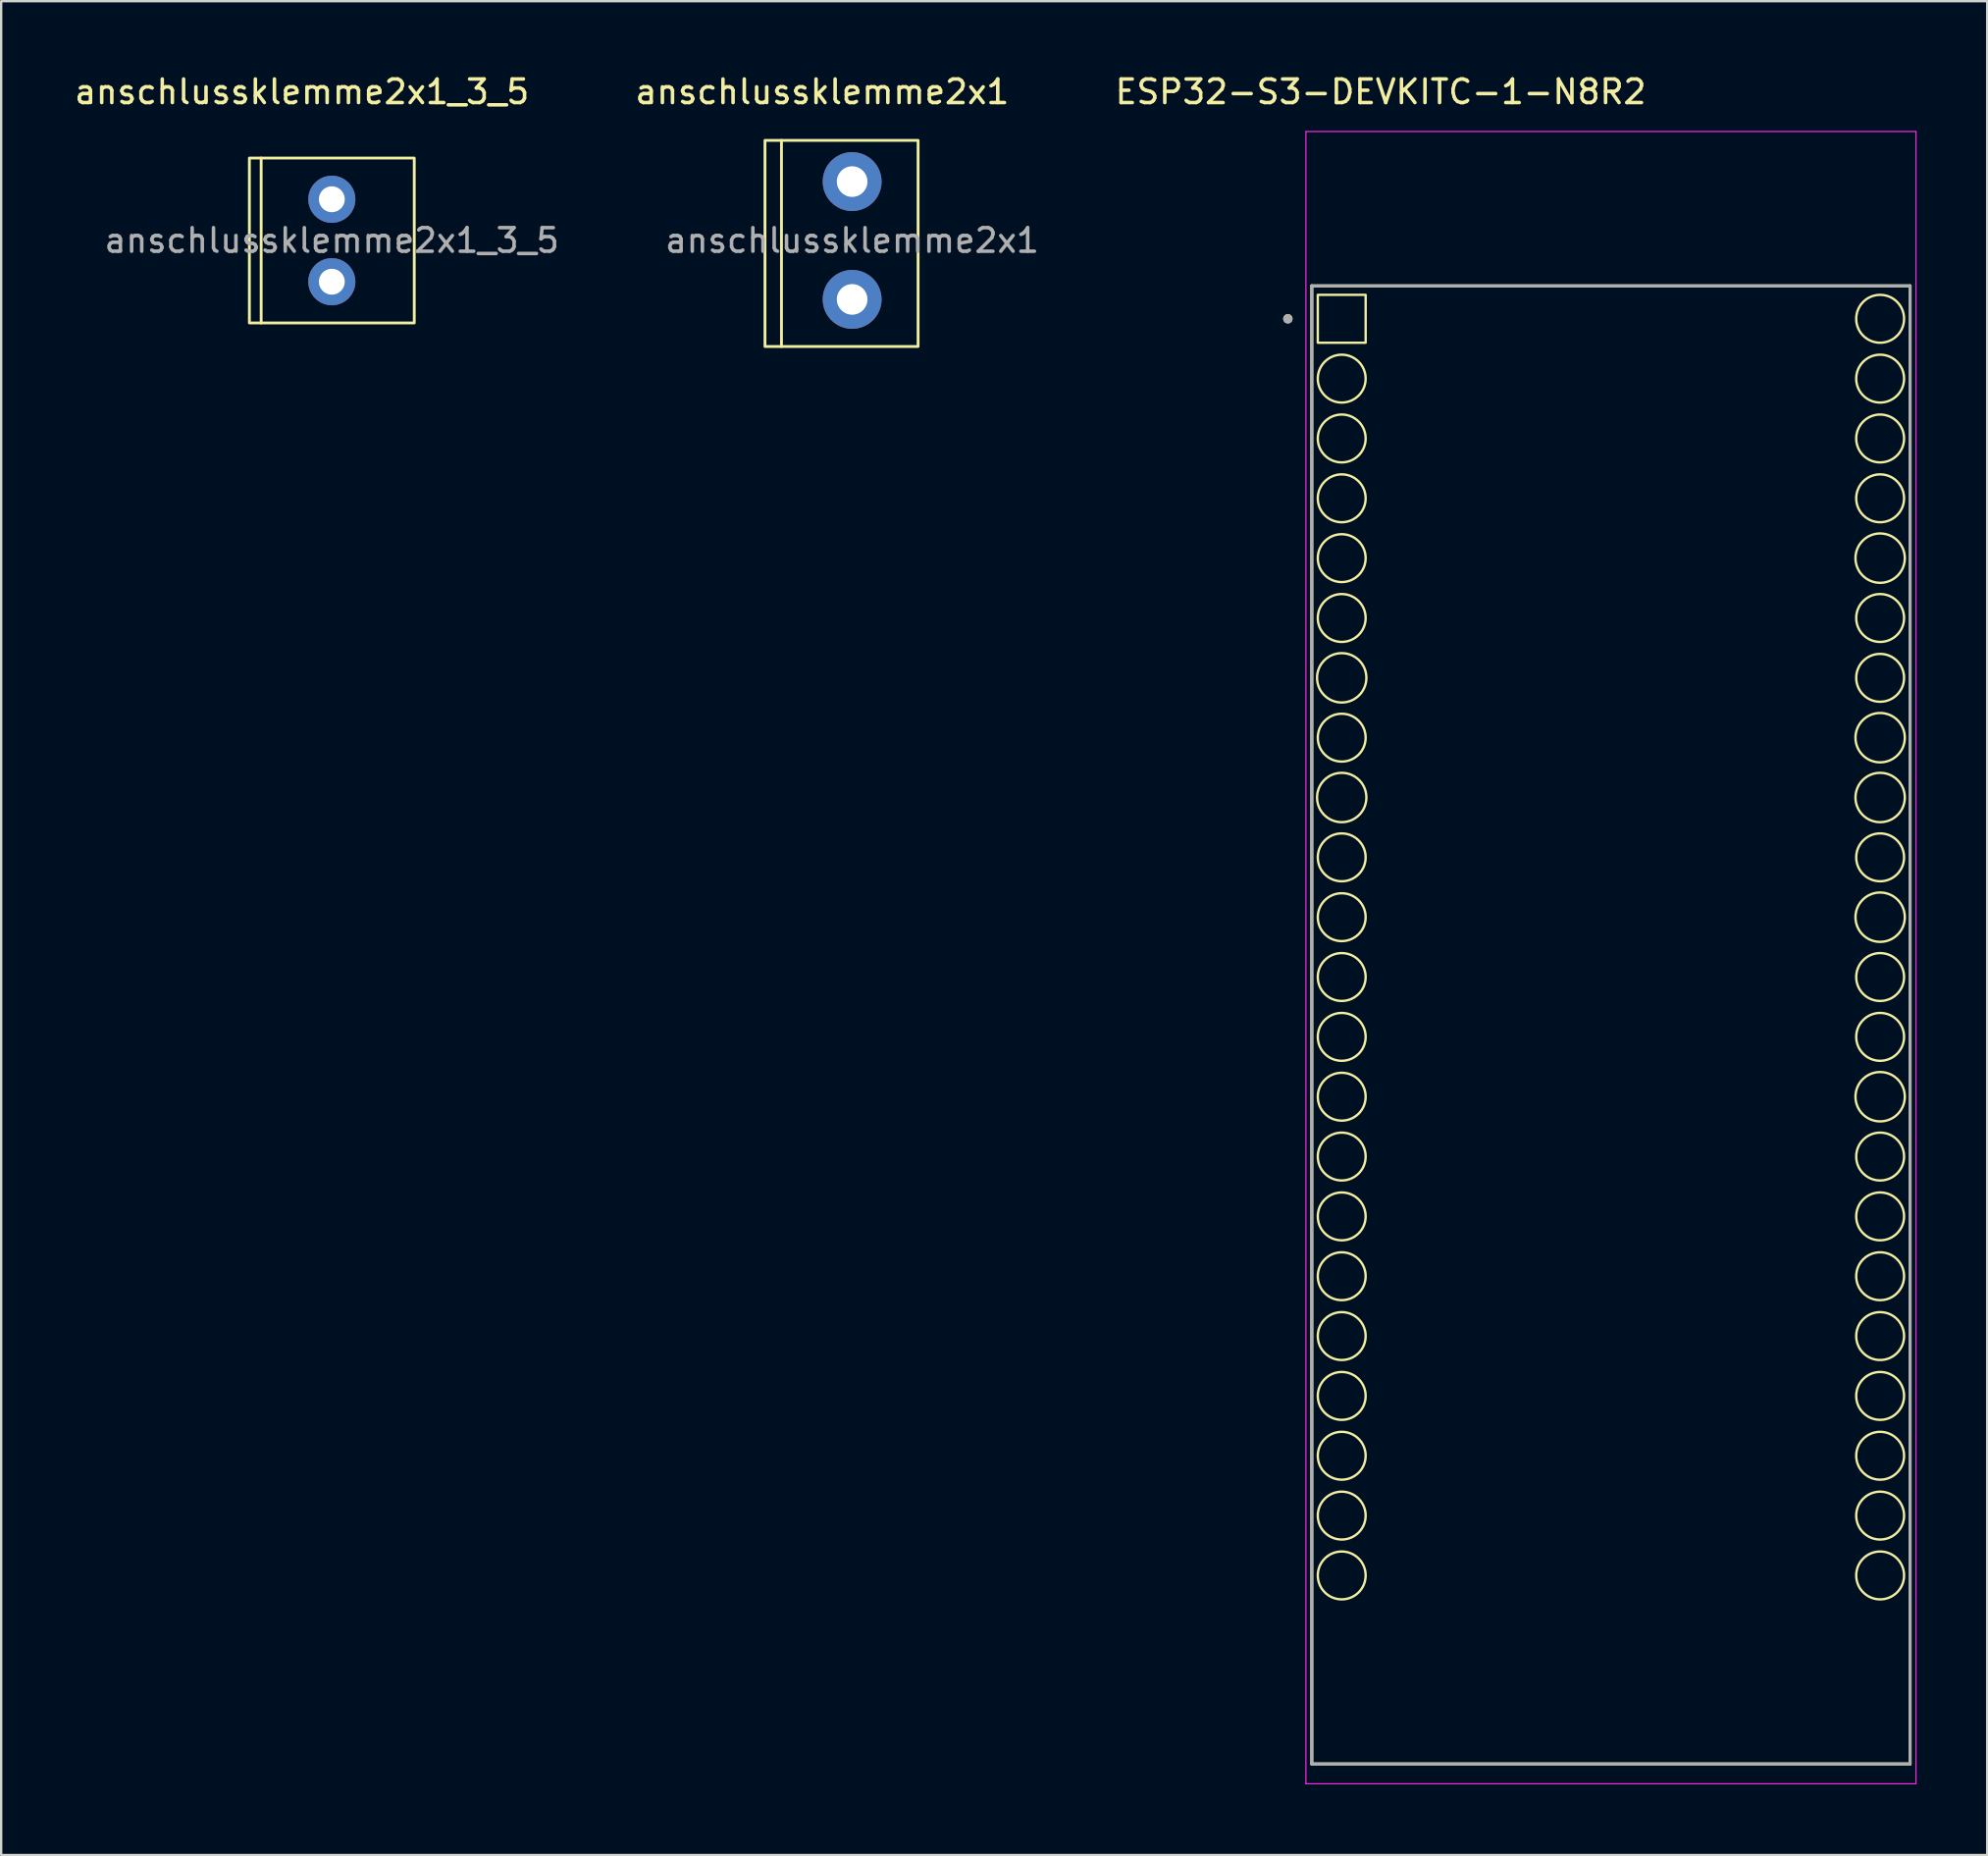
<source format=kicad_pcb>
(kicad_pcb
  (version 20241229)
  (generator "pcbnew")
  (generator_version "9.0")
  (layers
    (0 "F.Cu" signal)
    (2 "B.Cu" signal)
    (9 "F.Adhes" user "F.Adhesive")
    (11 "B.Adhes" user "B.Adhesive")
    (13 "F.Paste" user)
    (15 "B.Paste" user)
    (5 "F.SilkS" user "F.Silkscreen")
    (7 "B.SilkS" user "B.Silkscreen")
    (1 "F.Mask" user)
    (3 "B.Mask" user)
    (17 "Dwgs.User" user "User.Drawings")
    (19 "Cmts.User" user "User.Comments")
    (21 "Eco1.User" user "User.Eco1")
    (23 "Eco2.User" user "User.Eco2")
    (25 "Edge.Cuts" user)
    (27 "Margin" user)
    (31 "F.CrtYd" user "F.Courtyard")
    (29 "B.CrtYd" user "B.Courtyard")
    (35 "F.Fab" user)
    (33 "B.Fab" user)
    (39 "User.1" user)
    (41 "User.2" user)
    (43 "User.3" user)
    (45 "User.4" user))
  (footprint "ESP32-S3-DEVKITC-1-N8R2"
    (layer "F.Cu")
    (at 65.345 40.453)
    (property "Reference" "ESP32-S3-DEVKITC-1-N8R2" (at -9.775 -39.605 0) (layer "F.SilkS") (effects (font (size 1 1) (thickness 0.15))))
    (attr through_hole)
    (fp_line (start -12.7 -31.37) (end 12.7 -31.37) (stroke (width 0.127) (type solid)) (layer "F.SilkS"))
    (fp_line (start -12.7 31.37) (end -12.7 -31.37) (stroke (width 0.127) (type solid)) (layer "F.SilkS"))
    (fp_line (start 12.7 -31.37) (end 12.7 31.37) (stroke (width 0.127) (type solid)) (layer "F.SilkS"))
    (fp_line (start 12.7 31.37) (end -12.7 31.37) (stroke (width 0.127) (type solid)) (layer "F.SilkS"))
    (fp_rect (start -12.446 -30.988) (end -10.414 -28.956) (stroke (width 0.1) (type default)) (fill no) (layer "F.SilkS"))
    (fp_circle (center -13.716 -29.972) (end -13.616 -29.972) (stroke (width 0.2) (type solid)) (fill no) (layer "F.SilkS"))
    (fp_circle (center -11.43 -27.432) (end -10.414 -27.432) (stroke (width 0.1) (type default)) (fill no) (layer "F.SilkS"))
    (fp_circle (center -11.43 -24.892) (end -10.414 -24.892) (stroke (width 0.1) (type default)) (fill no) (layer "F.SilkS"))
    (fp_circle (center -11.43 -22.352) (end -10.414 -22.352) (stroke (width 0.1) (type default)) (fill no) (layer "F.SilkS"))
    (fp_circle (center -11.43 -19.812) (end -10.414 -19.812) (stroke (width 0.1) (type default)) (fill no) (layer "F.SilkS"))
    (fp_circle (center -11.43 -17.272) (end -10.414 -17.272) (stroke (width 0.1) (type default)) (fill no) (layer "F.SilkS"))
    (fp_circle (center -11.43 -14.732) (end -10.414 -14.478) (stroke (width 0.1) (type default)) (fill no) (layer "F.SilkS"))
    (fp_circle (center -11.43 -12.192) (end -10.414 -12.192) (stroke (width 0.1) (type default)) (fill no) (layer "F.SilkS"))
    (fp_circle (center -11.43 -9.652) (end -10.414 -9.398) (stroke (width 0.1) (type default)) (fill no) (layer "F.SilkS"))
    (fp_circle (center -11.43 -7.112) (end -10.414 -7.112) (stroke (width 0.1) (type default)) (fill no) (layer "F.SilkS"))
    (fp_circle (center -11.43 -4.572) (end -10.414 -4.572) (stroke (width 0.1) (type default)) (fill no) (layer "F.SilkS"))
    (fp_circle (center -11.43 -2.032) (end -10.414 -2.032) (stroke (width 0.1) (type default)) (fill no) (layer "F.SilkS"))
    (fp_circle (center -11.43 0.508) (end -10.414 0.508) (stroke (width 0.1) (type default)) (fill no) (layer "F.SilkS"))
    (fp_circle (center -11.43 3.048) (end -10.414 3.048) (stroke (width 0.1) (type default)) (fill no) (layer "F.SilkS"))
    (fp_circle (center -11.43 5.588) (end -10.414 5.588) (stroke (width 0.1) (type default)) (fill no) (layer "F.SilkS"))
    (fp_circle (center -11.43 8.128) (end -10.414 8.128) (stroke (width 0.1) (type default)) (fill no) (layer "F.SilkS"))
    (fp_circle (center -11.43 10.668) (end -10.414 10.668) (stroke (width 0.1) (type default)) (fill no) (layer "F.SilkS"))
    (fp_circle (center -11.43 13.208) (end -10.414 13.208) (stroke (width 0.1) (type default)) (fill no) (layer "F.SilkS"))
    (fp_circle (center -11.43 15.748) (end -10.414 15.748) (stroke (width 0.1) (type default)) (fill no) (layer "F.SilkS"))
    (fp_circle (center -11.43 18.288) (end -10.414 18.288) (stroke (width 0.1) (type default)) (fill no) (layer "F.SilkS"))
    (fp_circle (center -11.43 20.828) (end -10.414 20.828) (stroke (width 0.1) (type default)) (fill no) (layer "F.SilkS"))
    (fp_circle (center -11.43 23.368) (end -10.414 23.368) (stroke (width 0.1) (type default)) (fill no) (layer "F.SilkS"))
    (fp_circle (center 11.43 -29.972) (end 12.446 -29.972) (stroke (width 0.1) (type default)) (fill no) (layer "F.SilkS"))
    (fp_circle (center 11.43 -27.432) (end 12.446 -27.432) (stroke (width 0.1) (type default)) (fill no) (layer "F.SilkS"))
    (fp_circle (center 11.43 -24.892) (end 12.446 -24.892) (stroke (width 0.1) (type default)) (fill no) (layer "F.SilkS"))
    (fp_circle (center 11.43 -22.352) (end 12.446 -22.352) (stroke (width 0.1) (type default)) (fill no) (layer "F.SilkS"))
    (fp_circle (center 11.43 -19.812) (end 12.446 -19.558) (stroke (width 0.1) (type default)) (fill no) (layer "F.SilkS"))
    (fp_circle (center 11.43 -17.272) (end 12.446 -17.272) (stroke (width 0.1) (type default)) (fill no) (layer "F.SilkS"))
    (fp_circle (center 11.43 -14.732) (end 12.446 -14.732) (stroke (width 0.1) (type default)) (fill no) (layer "F.SilkS"))
    (fp_circle (center 11.43 -12.192) (end 12.446 -11.938) (stroke (width 0.1) (type default)) (fill no) (layer "F.SilkS"))
    (fp_circle (center 11.43 -9.652) (end 12.446 -9.398) (stroke (width 0.1) (type default)) (fill no) (layer "F.SilkS"))
    (fp_circle (center 11.43 -7.112) (end 12.446 -7.112) (stroke (width 0.1) (type default)) (fill no) (layer "F.SilkS"))
    (fp_circle (center 11.43 -4.572) (end 12.446 -4.318) (stroke (width 0.1) (type default)) (fill no) (layer "F.SilkS"))
    (fp_circle (center 11.43 -2.032) (end 12.446 -2.032) (stroke (width 0.1) (type default)) (fill no) (layer "F.SilkS"))
    (fp_circle (center 11.43 0.508) (end 12.446 0.508) (stroke (width 0.1) (type default)) (fill no) (layer "F.SilkS"))
    (fp_circle (center 11.43 3.048) (end 12.446 3.302) (stroke (width 0.1) (type default)) (fill no) (layer "F.SilkS"))
    (fp_circle (center 11.43 5.588) (end 12.446 5.588) (stroke (width 0.1) (type default)) (fill no) (layer "F.SilkS"))
    (fp_circle (center 11.43 8.128) (end 12.446 8.128) (stroke (width 0.1) (type default)) (fill no) (layer "F.SilkS"))
    (fp_circle (center 11.43 10.668) (end 12.446 10.668) (stroke (width 0.1) (type default)) (fill no) (layer "F.SilkS"))
    (fp_circle (center 11.43 13.208) (end 12.446 13.208) (stroke (width 0.1) (type default)) (fill no) (layer "F.SilkS"))
    (fp_circle (center 11.43 15.748) (end 12.446 15.748) (stroke (width 0.1) (type default)) (fill no) (layer "F.SilkS"))
    (fp_circle (center 11.43 18.288) (end 12.446 18.288) (stroke (width 0.1) (type default)) (fill no) (layer "F.SilkS"))
    (fp_circle (center 11.43 20.828) (end 12.446 20.828) (stroke (width 0.1) (type default)) (fill no) (layer "F.SilkS"))
    (fp_circle (center 11.43 23.368) (end 12.446 23.368) (stroke (width 0.1) (type default)) (fill no) (layer "F.SilkS"))
    (fp_line (start -12.95 -37.92) (end -12.95 32.21) (stroke (width 0.05) (type solid)) (layer "F.CrtYd"))
    (fp_line (start -12.95 32.21) (end 12.95 32.21) (stroke (width 0.05) (type solid)) (layer "F.CrtYd"))
    (fp_line (start 12.95 -37.92) (end -12.95 -37.92) (stroke (width 0.05) (type solid)) (layer "F.CrtYd"))
    (fp_line (start 12.95 32.21) (end 12.95 -37.92) (stroke (width 0.05) (type solid)) (layer "F.CrtYd"))
    (fp_line (start -12.7 -31.37) (end 12.7 -31.37) (stroke (width 0.127) (type solid)) (layer "F.Fab"))
    (fp_line (start -12.7 31.37) (end -12.7 -31.37) (stroke (width 0.127) (type solid)) (layer "F.Fab"))
    (fp_line (start 12.7 -31.37) (end 12.7 31.37) (stroke (width 0.127) (type solid)) (layer "F.Fab"))
    (fp_line (start 12.7 31.37) (end -12.7 31.37) (stroke (width 0.127) (type solid)) (layer "F.Fab"))
    (fp_circle (center -13.716 -29.972) (end -13.616 -29.972) (stroke (width 0.2) (type solid)) (fill no) (layer "F.Fab")))
  (footprint "anschlussklemme2x1_3_5"
    (layer "F.Cu")
    (at 11.038 7.158)
    (property "Reference" "anschlussklemme2x1_3_5" (at -1.27 -6.31 0) (unlocked yes) (layer "F.SilkS") (effects (font (size 1 1) (thickness 0.15))))
    (attr through_hole)
    (fp_line (start -3 -3.5) (end -3 3.5) (stroke (width 0.12) (type solid)) (layer "F.SilkS"))
    (fp_rect (start -3.5 -3.5) (end 3.5 3.5) (stroke (width 0.12) (type solid)) (fill no) (layer "F.SilkS"))
    (fp_text user "${REFERENCE}" (at 0 0 0) (unlocked yes) (layer "F.Fab") (effects (font (size 1 1) (thickness 0.15))))
    (pad "1" thru_hole circle (at 0 -1.75) (size 2 2) (drill 1.1) (layers "*.Cu" "*.Mask"))
    (pad "2" thru_hole circle (at 0 1.75) (size 2 2) (drill 1.1) (layers "*.Cu" "*.Mask")))
  (footprint "anschlussklemme2x1"
    (layer "F.Cu")
    (at 33.129 7.158)
    (property "Reference" "anschlussklemme2x1" (at -1.27 -6.31 0) (unlocked yes) (layer "F.SilkS") (effects (font (size 1 1) (thickness 0.15))))
    (attr through_hole)
    (fp_line (start -3 -4.25) (end -3 4.5) (stroke (width 0.12) (type solid)) (layer "F.SilkS"))
    (fp_rect (start -3.7 -4.25) (end 2.8 4.5) (stroke (width 0.12) (type solid)) (fill no) (layer "F.SilkS"))
    (fp_text user "${REFERENCE}" (at 0 0 0) (unlocked yes) (layer "F.Fab") (effects (font (size 1 1) (thickness 0.15))))
    (pad "1" thru_hole circle (at 0 -2.5) (size 2.5 2.5) (drill 1.3) (layers "*.Cu" "*.Mask"))
    (pad "2" thru_hole circle (at 0 2.5) (size 2.5 2.5) (drill 1.3) (layers "*.Cu" "*.Mask")))
  (gr_rect
    (start -3 -3)
    (end 81.32 75.688)
    (stroke (width 0.1) (type default))
    (fill no)
    (layer "Edge.Cuts")))
</source>
